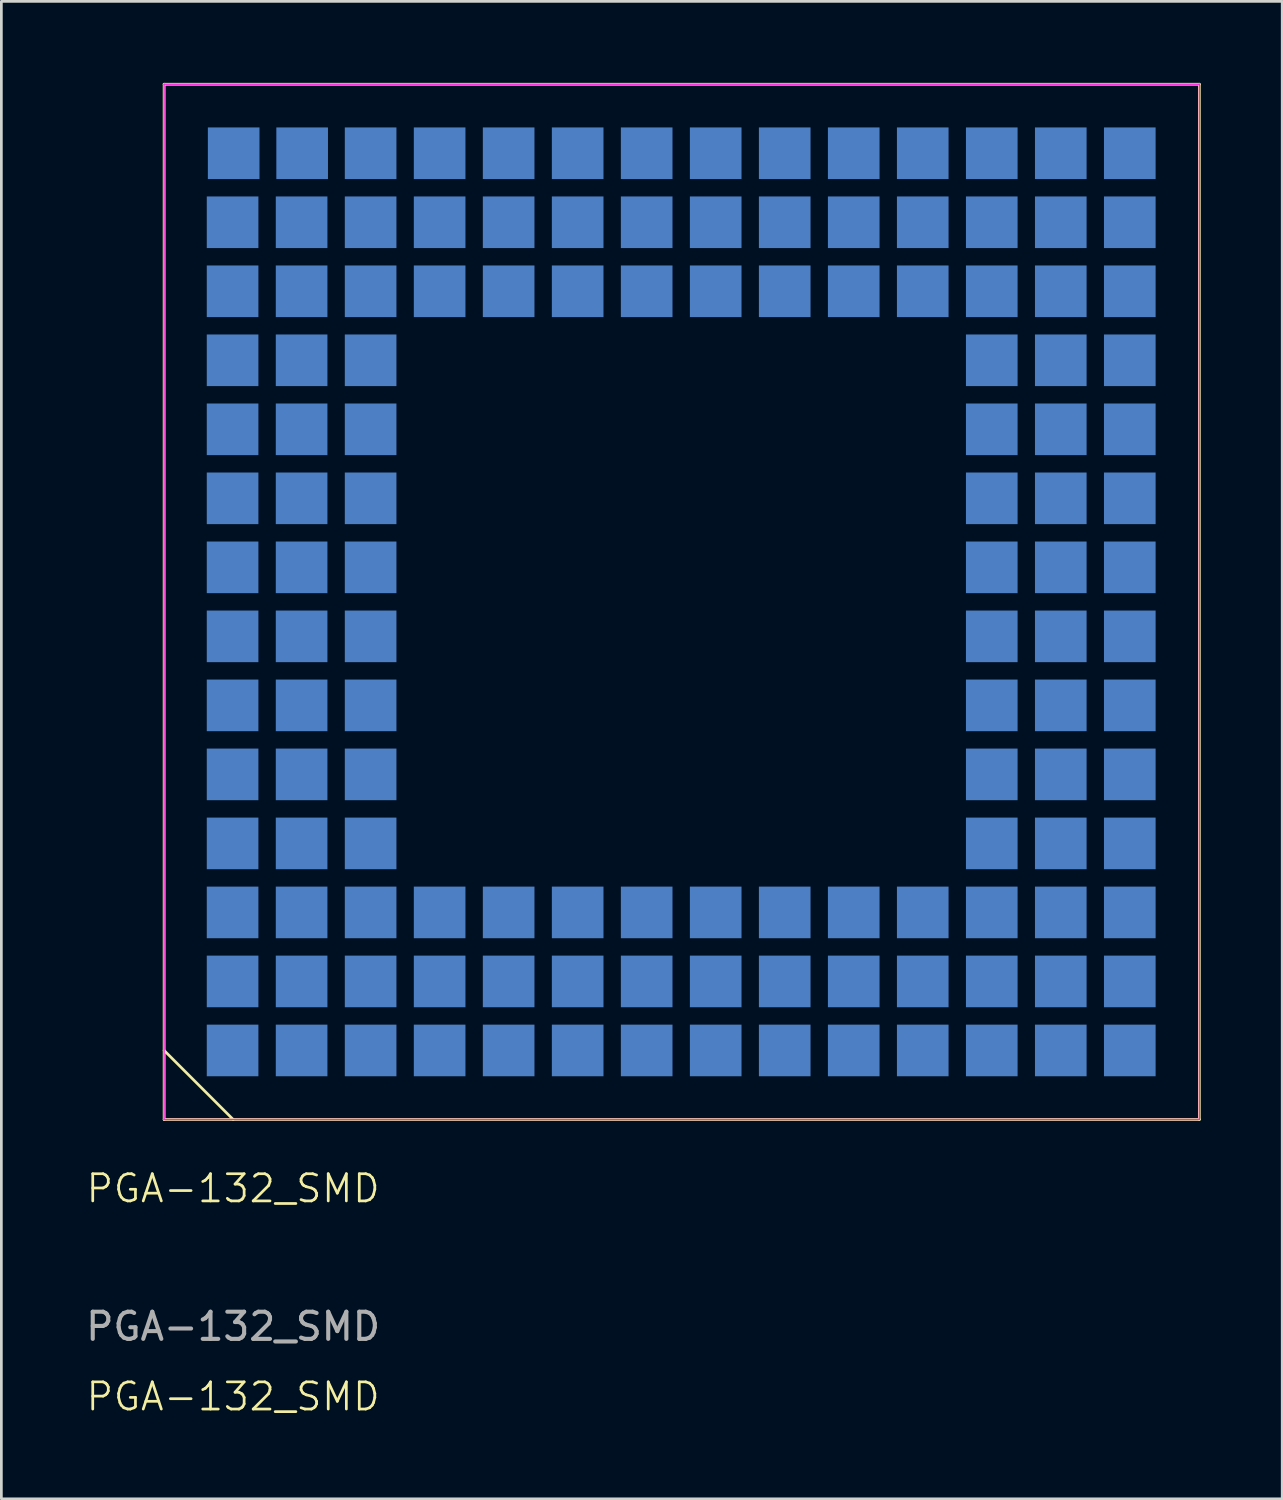
<source format=kicad_pcb>
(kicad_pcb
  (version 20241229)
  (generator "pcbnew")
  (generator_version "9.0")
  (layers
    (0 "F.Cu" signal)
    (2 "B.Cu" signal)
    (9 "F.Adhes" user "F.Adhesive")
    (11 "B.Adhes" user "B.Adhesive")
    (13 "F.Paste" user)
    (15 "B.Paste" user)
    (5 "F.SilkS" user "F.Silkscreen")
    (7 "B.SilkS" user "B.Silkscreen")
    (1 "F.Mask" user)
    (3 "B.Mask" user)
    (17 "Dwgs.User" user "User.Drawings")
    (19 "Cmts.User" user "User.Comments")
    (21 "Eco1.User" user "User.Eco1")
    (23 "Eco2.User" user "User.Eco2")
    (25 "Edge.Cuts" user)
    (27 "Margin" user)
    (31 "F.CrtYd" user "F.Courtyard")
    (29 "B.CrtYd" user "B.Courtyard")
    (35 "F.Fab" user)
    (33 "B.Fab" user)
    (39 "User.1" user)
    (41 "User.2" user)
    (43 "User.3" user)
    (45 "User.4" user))
  (footprint "PGA-132_SMD"
    (layer "F.Cu")
    (at 5.53 35.61)
    (property "Reference" "PGA-132_SMD" (at 0 5.08 0) (unlocked yes) (layer "F.SilkS") (effects (font (size 1 1) (thickness 0.1))))
    (attr through_hole)
    (fp_line (start -2.54 -35.56) (end -2.54 2.54) (stroke (width 0.1) (type default)) (layer "F.SilkS"))
    (fp_line (start -2.54 0) (end 0 2.54) (stroke (width 0.1) (type default)) (layer "F.SilkS"))
    (fp_line (start -2.54 2.54) (end 35.56 2.54) (stroke (width 0.1) (type default)) (layer "F.SilkS"))
    (fp_line (start 35.56 -35.56) (end -2.54 -35.56) (stroke (width 0.1) (type default)) (layer "F.SilkS"))
    (fp_line (start 35.56 2.54) (end 35.56 -35.56) (stroke (width 0.1) (type default)) (layer "F.SilkS"))
    (fp_line (start -2.54 -35.56) (end 35.56 -35.56) (stroke (width 0.05) (type default)) (layer "F.CrtYd"))
    (fp_line (start -2.54 2.54) (end -2.54 -35.56) (stroke (width 0.05) (type default)) (layer "F.CrtYd"))
    (fp_line (start 35.56 -35.56) (end 35.56 2.54) (stroke (width 0.05) (type default)) (layer "F.CrtYd"))
    (fp_line (start 35.56 2.54) (end -2.54 2.54) (stroke (width 0.05) (type default)) (layer "F.CrtYd"))
    (fp_text user "${REFERENCE}" (at 0 12.74 0) (unlocked yes) (layer "F.SilkS") (effects (font (size 1 1) (thickness 0.1))))
    (fp_text user "${REFERENCE}" (at 0 10.16 0) (unlocked yes) (layer "F.Fab") (effects (font (size 1 1) (thickness 0.15))))
    (pad "A1" smd rect (at -0.02 0) (size 1.9 1.9) (layers "B.Cu" "B.Mask" "B.Paste"))
    (pad "A2" smd rect (at -0.02 -2.54) (size 1.9 1.9) (layers "B.Cu" "B.Mask" "B.Paste"))
    (pad "A3" smd rect (at -0.02 -5.08) (size 1.9 1.9) (layers "B.Cu" "B.Mask" "B.Paste"))
    (pad "A4" smd rect (at -0.02 -7.62) (size 1.9 1.9) (layers "B.Cu" "B.Mask" "B.Paste"))
    (pad "A5" smd rect (at -0.02 -10.16) (size 1.9 1.9) (layers "B.Cu" "B.Mask" "B.Paste"))
    (pad "A6" smd rect (at -0.02 -12.7) (size 1.9 1.9) (layers "B.Cu" "B.Mask" "B.Paste"))
    (pad "A7" smd rect (at -0.02 -15.24) (size 1.9 1.9) (layers "B.Cu" "B.Mask" "B.Paste"))
    (pad "A8" smd rect (at -0.02 -17.78) (size 1.9 1.9) (layers "B.Cu" "B.Mask" "B.Paste"))
    (pad "A9" smd rect (at -0.02 -20.32) (size 1.9 1.9) (layers "B.Cu" "B.Mask" "B.Paste"))
    (pad "A10" smd rect (at -0.02 -22.86) (size 1.9 1.9) (layers "B.Cu" "B.Mask" "B.Paste"))
    (pad "A11" smd rect (at -0.02 -25.4) (size 1.9 1.9) (layers "B.Cu" "B.Mask" "B.Paste"))
    (pad "A12" smd rect (at -0.02 -27.94) (size 1.9 1.9) (layers "B.Cu" "B.Mask" "B.Paste"))
    (pad "A13" smd rect (at -0.02 -30.48) (size 1.9 1.9) (layers "B.Cu" "B.Mask" "B.Paste"))
    (pad "A14" smd rect (at 0.02 -33.02) (size 1.9 1.9) (layers "B.Cu" "B.Mask" "B.Paste"))
    (pad "B1" smd rect (at 2.52 0) (size 1.9 1.9) (layers "B.Cu" "B.Mask" "B.Paste"))
    (pad "B2" smd rect (at 2.52 -2.54) (size 1.9 1.9) (layers "B.Cu" "B.Mask" "B.Paste"))
    (pad "B3" smd rect (at 2.52 -5.08) (size 1.9 1.9) (layers "B.Cu" "B.Mask" "B.Paste"))
    (pad "B4" smd rect (at 2.52 -7.62) (size 1.9 1.9) (layers "B.Cu" "B.Mask" "B.Paste"))
    (pad "B5" smd rect (at 2.52 -10.16) (size 1.9 1.9) (layers "B.Cu" "B.Mask" "B.Paste"))
    (pad "B6" smd rect (at 2.52 -12.7) (size 1.9 1.9) (layers "B.Cu" "B.Mask" "B.Paste"))
    (pad "B7" smd rect (at 2.52 -15.24) (size 1.9 1.9) (layers "B.Cu" "B.Mask" "B.Paste"))
    (pad "B8" smd rect (at 2.52 -17.78) (size 1.9 1.9) (layers "B.Cu" "B.Mask" "B.Paste"))
    (pad "B9" smd rect (at 2.52 -20.32) (size 1.9 1.9) (layers "B.Cu" "B.Mask" "B.Paste"))
    (pad "B10" smd rect (at 2.52 -22.86) (size 1.9 1.9) (layers "B.Cu" "B.Mask" "B.Paste"))
    (pad "B11" smd rect (at 2.52 -25.4) (size 1.9 1.9) (layers "B.Cu" "B.Mask" "B.Paste"))
    (pad "B12" smd rect (at 2.52 -27.94) (size 1.9 1.9) (layers "B.Cu" "B.Mask" "B.Paste"))
    (pad "B13" smd rect (at 2.52 -30.48) (size 1.9 1.9) (layers "B.Cu" "B.Mask" "B.Paste"))
    (pad "B14" smd rect (at 2.54 -33.02) (size 1.9 1.9) (layers "B.Cu" "B.Mask" "B.Paste"))
    (pad "C1" smd rect (at 5.06 0) (size 1.9 1.9) (layers "B.Cu" "B.Mask" "B.Paste"))
    (pad "C2" smd rect (at 5.06 -2.54) (size 1.9 1.9) (layers "B.Cu" "B.Mask" "B.Paste"))
    (pad "C3" smd rect (at 5.06 -5.08) (size 1.9 1.9) (layers "B.Cu" "B.Mask" "B.Paste"))
    (pad "C4" smd rect (at 5.06 -7.62) (size 1.9 1.9) (layers "B.Cu" "B.Mask" "B.Paste"))
    (pad "C5" smd rect (at 5.06 -10.16) (size 1.9 1.9) (layers "B.Cu" "B.Mask" "B.Paste"))
    (pad "C6" smd rect (at 5.06 -12.7) (size 1.9 1.9) (layers "B.Cu" "B.Mask" "B.Paste"))
    (pad "C7" smd rect (at 5.06 -15.24) (size 1.9 1.9) (layers "B.Cu" "B.Mask" "B.Paste"))
    (pad "C8" smd rect (at 5.06 -17.78) (size 1.9 1.9) (layers "B.Cu" "B.Mask" "B.Paste"))
    (pad "C9" smd rect (at 5.06 -20.32) (size 1.9 1.9) (layers "B.Cu" "B.Mask" "B.Paste"))
    (pad "C10" smd rect (at 5.06 -22.86) (size 1.9 1.9) (layers "B.Cu" "B.Mask" "B.Paste"))
    (pad "C11" smd rect (at 5.06 -25.4) (size 1.9 1.9) (layers "B.Cu" "B.Mask" "B.Paste"))
    (pad "C12" smd rect (at 5.06 -27.94) (size 1.9 1.9) (layers "B.Cu" "B.Mask" "B.Paste"))
    (pad "C13" smd rect (at 5.06 -30.48) (size 1.9 1.9) (layers "B.Cu" "B.Mask" "B.Paste"))
    (pad "C14" smd rect (at 5.06 -33.02) (size 1.9 1.9) (layers "B.Cu" "B.Mask" "B.Paste"))
    (pad "D1" smd rect (at 7.6 0) (size 1.9 1.9) (layers "B.Cu" "B.Mask" "B.Paste"))
    (pad "D2" smd rect (at 7.6 -2.54) (size 1.9 1.9) (layers "B.Cu" "B.Mask" "B.Paste"))
    (pad "D3" smd rect (at 7.6 -5.08) (size 1.9 1.9) (layers "B.Cu" "B.Mask" "B.Paste"))
    (pad "D12" smd rect (at 7.6 -27.94) (size 1.9 1.9) (layers "B.Cu" "B.Mask" "B.Paste"))
    (pad "D13" smd rect (at 7.6 -30.48) (size 1.9 1.9) (layers "B.Cu" "B.Mask" "B.Paste"))
    (pad "D14" smd rect (at 7.6 -33.02) (size 1.9 1.9) (layers "B.Cu" "B.Mask" "B.Paste"))
    (pad "E1" smd rect (at 10.14 0) (size 1.9 1.9) (layers "B.Cu" "B.Mask" "B.Paste"))
    (pad "E2" smd rect (at 10.14 -2.54) (size 1.9 1.9) (layers "B.Cu" "B.Mask" "B.Paste"))
    (pad "E3" smd rect (at 10.14 -5.08) (size 1.9 1.9) (layers "B.Cu" "B.Mask" "B.Paste"))
    (pad "E12" smd rect (at 10.14 -27.94) (size 1.9 1.9) (layers "B.Cu" "B.Mask" "B.Paste"))
    (pad "E13" smd rect (at 10.14 -30.48) (size 1.9 1.9) (layers "B.Cu" "B.Mask" "B.Paste"))
    (pad "E14" smd rect (at 10.14 -33.02) (size 1.9 1.9) (layers "B.Cu" "B.Mask" "B.Paste"))
    (pad "F1" smd rect (at 12.68 0) (size 1.9 1.9) (layers "B.Cu" "B.Mask" "B.Paste"))
    (pad "F2" smd rect (at 12.68 -2.54) (size 1.9 1.9) (layers "B.Cu" "B.Mask" "B.Paste"))
    (pad "F3" smd rect (at 12.68 -5.08) (size 1.9 1.9) (layers "B.Cu" "B.Mask" "B.Paste"))
    (pad "F12" smd rect (at 12.68 -27.94) (size 1.9 1.9) (layers "B.Cu" "B.Mask" "B.Paste"))
    (pad "F13" smd rect (at 12.68 -30.48) (size 1.9 1.9) (layers "B.Cu" "B.Mask" "B.Paste"))
    (pad "F14" smd rect (at 12.68 -33.02) (size 1.9 1.9) (layers "B.Cu" "B.Mask" "B.Paste"))
    (pad "G1" smd rect (at 15.22 0) (size 1.9 1.9) (layers "B.Cu" "B.Mask" "B.Paste"))
    (pad "G2" smd rect (at 15.22 -2.54) (size 1.9 1.9) (layers "B.Cu" "B.Mask" "B.Paste"))
    (pad "G3" smd rect (at 15.22 -5.08) (size 1.9 1.9) (layers "B.Cu" "B.Mask" "B.Paste"))
    (pad "G12" smd rect (at 15.22 -27.94) (size 1.9 1.9) (layers "B.Cu" "B.Mask" "B.Paste"))
    (pad "G13" smd rect (at 15.22 -30.48) (size 1.9 1.9) (layers "B.Cu" "B.Mask" "B.Paste"))
    (pad "G14" smd rect (at 15.22 -33.02) (size 1.9 1.9) (layers "B.Cu" "B.Mask" "B.Paste"))
    (pad "H1" smd rect (at 17.76 0) (size 1.9 1.9) (layers "B.Cu" "B.Mask" "B.Paste"))
    (pad "H2" smd rect (at 17.76 -2.54) (size 1.9 1.9) (layers "B.Cu" "B.Mask" "B.Paste"))
    (pad "H3" smd rect (at 17.76 -5.08) (size 1.9 1.9) (layers "B.Cu" "B.Mask" "B.Paste"))
    (pad "H12" smd rect (at 17.76 -27.94) (size 1.9 1.9) (layers "B.Cu" "B.Mask" "B.Paste"))
    (pad "H13" smd rect (at 17.76 -30.48) (size 1.9 1.9) (layers "B.Cu" "B.Mask" "B.Paste"))
    (pad "H14" smd rect (at 17.76 -33.02) (size 1.9 1.9) (layers "B.Cu" "B.Mask" "B.Paste"))
    (pad "J1" smd rect (at 20.3 0) (size 1.9 1.9) (layers "B.Cu" "B.Mask" "B.Paste"))
    (pad "J2" smd rect (at 20.3 -2.54) (size 1.9 1.9) (layers "B.Cu" "B.Mask" "B.Paste"))
    (pad "J3" smd rect (at 20.3 -5.08) (size 1.9 1.9) (layers "B.Cu" "B.Mask" "B.Paste"))
    (pad "J12" smd rect (at 20.3 -27.94) (size 1.9 1.9) (layers "B.Cu" "B.Mask" "B.Paste"))
    (pad "J13" smd rect (at 20.3 -30.48) (size 1.9 1.9) (layers "B.Cu" "B.Mask" "B.Paste"))
    (pad "J14" smd rect (at 20.3 -33.02) (size 1.9 1.9) (layers "B.Cu" "B.Mask" "B.Paste"))
    (pad "K1" smd rect (at 22.84 0) (size 1.9 1.9) (layers "B.Cu" "B.Mask" "B.Paste"))
    (pad "K2" smd rect (at 22.84 -2.54) (size 1.9 1.9) (layers "B.Cu" "B.Mask" "B.Paste"))
    (pad "K3" smd rect (at 22.84 -5.08) (size 1.9 1.9) (layers "B.Cu" "B.Mask" "B.Paste"))
    (pad "K12" smd rect (at 22.84 -27.94) (size 1.9 1.9) (layers "B.Cu" "B.Mask" "B.Paste"))
    (pad "K13" smd rect (at 22.84 -30.48) (size 1.9 1.9) (layers "B.Cu" "B.Mask" "B.Paste"))
    (pad "K14" smd rect (at 22.84 -33.02) (size 1.9 1.9) (layers "B.Cu" "B.Mask" "B.Paste"))
    (pad "L1" smd rect (at 25.38 0) (size 1.9 1.9) (layers "B.Cu" "B.Mask" "B.Paste"))
    (pad "L2" smd rect (at 25.38 -2.54) (size 1.9 1.9) (layers "B.Cu" "B.Mask" "B.Paste"))
    (pad "L3" smd rect (at 25.38 -5.08) (size 1.9 1.9) (layers "B.Cu" "B.Mask" "B.Paste"))
    (pad "L12" smd rect (at 25.38 -27.94) (size 1.9 1.9) (layers "B.Cu" "B.Mask" "B.Paste"))
    (pad "L13" smd rect (at 25.38 -30.48) (size 1.9 1.9) (layers "B.Cu" "B.Mask" "B.Paste"))
    (pad "L14" smd rect (at 25.38 -33.02) (size 1.9 1.9) (layers "B.Cu" "B.Mask" "B.Paste"))
    (pad "M1" smd rect (at 27.92 0) (size 1.9 1.9) (layers "B.Cu" "B.Mask" "B.Paste"))
    (pad "M2" smd rect (at 27.92 -2.54) (size 1.9 1.9) (layers "B.Cu" "B.Mask" "B.Paste"))
    (pad "M3" smd rect (at 27.92 -5.08) (size 1.9 1.9) (layers "B.Cu" "B.Mask" "B.Paste"))
    (pad "M4" smd rect (at 27.92 -7.62) (size 1.9 1.9) (layers "B.Cu" "B.Mask" "B.Paste"))
    (pad "M5" smd rect (at 27.92 -10.16) (size 1.9 1.9) (layers "B.Cu" "B.Mask" "B.Paste"))
    (pad "M6" smd rect (at 27.92 -12.7) (size 1.9 1.9) (layers "B.Cu" "B.Mask" "B.Paste"))
    (pad "M7" smd rect (at 27.92 -15.24) (size 1.9 1.9) (layers "B.Cu" "B.Mask" "B.Paste"))
    (pad "M8" smd rect (at 27.92 -17.78) (size 1.9 1.9) (layers "B.Cu" "B.Mask" "B.Paste"))
    (pad "M9" smd rect (at 27.92 -20.32) (size 1.9 1.9) (layers "B.Cu" "B.Mask" "B.Paste"))
    (pad "M10" smd rect (at 27.92 -22.86) (size 1.9 1.9) (layers "B.Cu" "B.Mask" "B.Paste"))
    (pad "M11" smd rect (at 27.92 -25.4) (size 1.9 1.9) (layers "B.Cu" "B.Mask" "B.Paste"))
    (pad "M12" smd rect (at 27.92 -27.94) (size 1.9 1.9) (layers "B.Cu" "B.Mask" "B.Paste"))
    (pad "M13" smd rect (at 27.92 -30.48) (size 1.9 1.9) (layers "B.Cu" "B.Mask" "B.Paste"))
    (pad "M14" smd rect (at 27.92 -33.02) (size 1.9 1.9) (layers "B.Cu" "B.Mask" "B.Paste"))
    (pad "N1" smd rect (at 30.46 0) (size 1.9 1.9) (layers "B.Cu" "B.Mask" "B.Paste"))
    (pad "N2" smd rect (at 30.46 -2.54) (size 1.9 1.9) (layers "B.Cu" "B.Mask" "B.Paste"))
    (pad "N3" smd rect (at 30.46 -5.08) (size 1.9 1.9) (layers "B.Cu" "B.Mask" "B.Paste"))
    (pad "N4" smd rect (at 30.46 -7.62) (size 1.9 1.9) (layers "B.Cu" "B.Mask" "B.Paste"))
    (pad "N5" smd rect (at 30.46 -10.16) (size 1.9 1.9) (layers "B.Cu" "B.Mask" "B.Paste"))
    (pad "N6" smd rect (at 30.46 -12.7) (size 1.9 1.9) (layers "B.Cu" "B.Mask" "B.Paste"))
    (pad "N7" smd rect (at 30.46 -15.24) (size 1.9 1.9) (layers "B.Cu" "B.Mask" "B.Paste"))
    (pad "N8" smd rect (at 30.46 -17.78) (size 1.9 1.9) (layers "B.Cu" "B.Mask" "B.Paste"))
    (pad "N9" smd rect (at 30.46 -20.32) (size 1.9 1.9) (layers "B.Cu" "B.Mask" "B.Paste"))
    (pad "N10" smd rect (at 30.46 -22.86) (size 1.9 1.9) (layers "B.Cu" "B.Mask" "B.Paste"))
    (pad "N11" smd rect (at 30.46 -25.4) (size 1.9 1.9) (layers "B.Cu" "B.Mask" "B.Paste"))
    (pad "N12" smd rect (at 30.46 -27.94) (size 1.9 1.9) (layers "B.Cu" "B.Mask" "B.Paste"))
    (pad "N13" smd rect (at 30.46 -30.48) (size 1.9 1.9) (layers "B.Cu" "B.Mask" "B.Paste"))
    (pad "N14" smd rect (at 30.46 -33.02) (size 1.9 1.9) (layers "B.Cu" "B.Mask" "B.Paste"))
    (pad "P1" smd rect (at 33 0) (size 1.9 1.9) (layers "B.Cu" "B.Mask" "B.Paste"))
    (pad "P2" smd rect (at 33 -2.54) (size 1.9 1.9) (layers "B.Cu" "B.Mask" "B.Paste"))
    (pad "P3" smd rect (at 33 -5.08) (size 1.9 1.9) (layers "B.Cu" "B.Mask" "B.Paste"))
    (pad "P4" smd rect (at 33 -7.62) (size 1.9 1.9) (layers "B.Cu" "B.Mask" "B.Paste"))
    (pad "P5" smd rect (at 33 -10.16) (size 1.9 1.9) (layers "B.Cu" "B.Mask" "B.Paste"))
    (pad "P6" smd rect (at 33 -12.7) (size 1.9 1.9) (layers "B.Cu" "B.Mask" "B.Paste"))
    (pad "P7" smd rect (at 33 -15.24) (size 1.9 1.9) (layers "B.Cu" "B.Mask" "B.Paste"))
    (pad "P8" smd rect (at 33 -17.78) (size 1.9 1.9) (layers "B.Cu" "B.Mask" "B.Paste"))
    (pad "P9" smd rect (at 33 -20.32) (size 1.9 1.9) (layers "B.Cu" "B.Mask" "B.Paste"))
    (pad "P10" smd rect (at 33 -22.86) (size 1.9 1.9) (layers "B.Cu" "B.Mask" "B.Paste"))
    (pad "P11" smd rect (at 33 -25.4) (size 1.9 1.9) (layers "B.Cu" "B.Mask" "B.Paste"))
    (pad "P12" smd rect (at 33 -27.94) (size 1.9 1.9) (layers "B.Cu" "B.Mask" "B.Paste"))
    (pad "P13" smd rect (at 33 -30.48) (size 1.9 1.9) (layers "B.Cu" "B.Mask" "B.Paste"))
    (pad "P14" smd rect (at 33 -33.02) (size 1.9 1.9) (layers "B.Cu" "B.Mask" "B.Paste")))
  (gr_rect
    (start -3 -3)
    (end 44.14 52.111)
    (stroke (width 0.1) (type default))
    (fill no)
    (layer "Edge.Cuts")))
</source>
